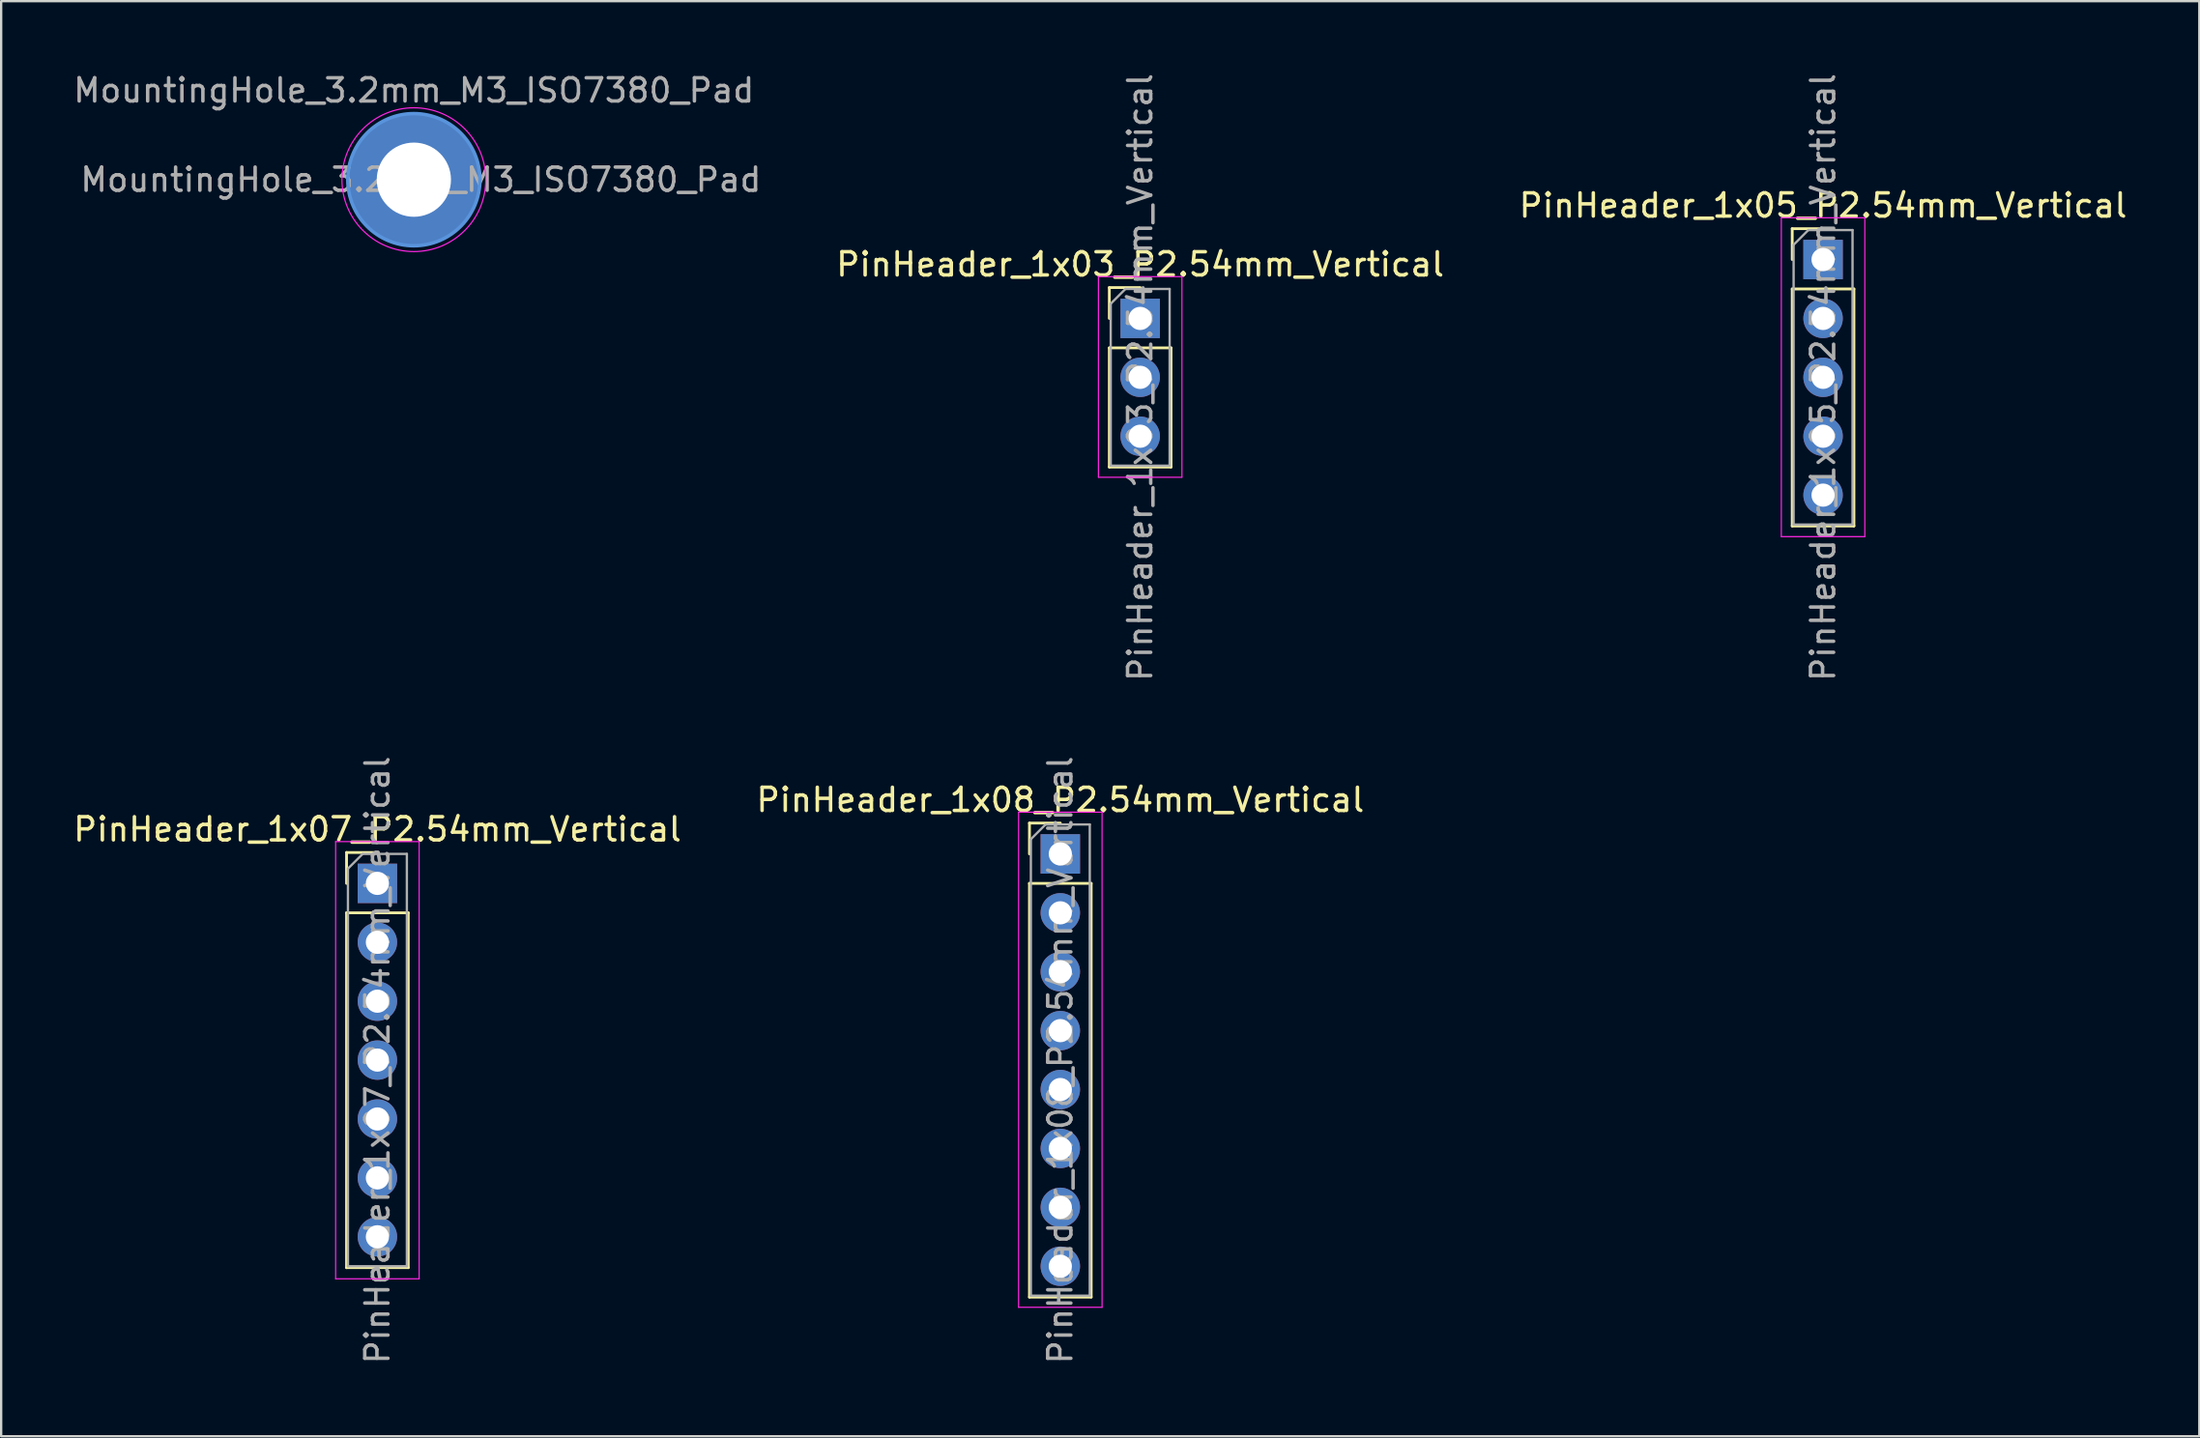
<source format=kicad_pcb>
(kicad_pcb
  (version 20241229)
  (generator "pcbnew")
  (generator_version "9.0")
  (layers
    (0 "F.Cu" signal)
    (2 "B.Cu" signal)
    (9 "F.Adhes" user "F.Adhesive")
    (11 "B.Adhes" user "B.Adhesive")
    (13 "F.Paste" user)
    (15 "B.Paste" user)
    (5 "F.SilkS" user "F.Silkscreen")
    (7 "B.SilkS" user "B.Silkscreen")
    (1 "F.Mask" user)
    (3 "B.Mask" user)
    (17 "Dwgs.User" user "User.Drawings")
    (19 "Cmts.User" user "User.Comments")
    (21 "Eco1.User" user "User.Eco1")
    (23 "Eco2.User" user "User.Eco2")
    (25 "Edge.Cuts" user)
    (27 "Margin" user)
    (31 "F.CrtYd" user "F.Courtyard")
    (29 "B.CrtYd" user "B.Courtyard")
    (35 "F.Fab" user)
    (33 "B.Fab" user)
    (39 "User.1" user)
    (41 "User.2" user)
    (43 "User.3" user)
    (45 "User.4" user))
  (footprint "PinHeader_1x08_P2.54mm_Vertical"
    (layer "F.Cu")
    (at 42.661 33.771)
    (property "Reference" "PinHeader_1x08_P2.54mm_Vertical" (at 0 -2.33 180) (layer "F.SilkS") (effects (font (size 1 1) (thickness 0.15))))
    (attr through_hole)
    (fp_line (start -1.33 -1.33) (end 0 -1.33) (stroke (width 0.12) (type solid)) (layer "F.SilkS"))
    (fp_line (start -1.33 0) (end -1.33 -1.33) (stroke (width 0.12) (type solid)) (layer "F.SilkS"))
    (fp_line (start -1.33 1.27) (end -1.33 19.11) (stroke (width 0.12) (type solid)) (layer "F.SilkS"))
    (fp_line (start -1.33 1.27) (end 1.33 1.27) (stroke (width 0.12) (type solid)) (layer "F.SilkS"))
    (fp_line (start -1.33 19.11) (end 1.33 19.11) (stroke (width 0.12) (type solid)) (layer "F.SilkS"))
    (fp_line (start 1.33 1.27) (end 1.33 19.11) (stroke (width 0.12) (type solid)) (layer "F.SilkS"))
    (fp_line (start -1.8 -1.8) (end -1.8 19.55) (stroke (width 0.05) (type solid)) (layer "F.CrtYd"))
    (fp_line (start -1.8 19.55) (end 1.8 19.55) (stroke (width 0.05) (type solid)) (layer "F.CrtYd"))
    (fp_line (start 1.8 -1.8) (end -1.8 -1.8) (stroke (width 0.05) (type solid)) (layer "F.CrtYd"))
    (fp_line (start 1.8 19.55) (end 1.8 -1.8) (stroke (width 0.05) (type solid)) (layer "F.CrtYd"))
    (fp_line (start -1.27 -0.635) (end -0.635 -1.27) (stroke (width 0.1) (type solid)) (layer "F.Fab"))
    (fp_line (start -1.27 19.05) (end -1.27 -0.635) (stroke (width 0.1) (type solid)) (layer "F.Fab"))
    (fp_line (start -0.635 -1.27) (end 1.27 -1.27) (stroke (width 0.1) (type solid)) (layer "F.Fab"))
    (fp_line (start 1.27 -1.27) (end 1.27 19.05) (stroke (width 0.1) (type solid)) (layer "F.Fab"))
    (fp_line (start 1.27 19.05) (end -1.27 19.05) (stroke (width 0.1) (type solid)) (layer "F.Fab"))
    (fp_text user "${REFERENCE}" (at 0 8.89 270) (layer "F.Fab") (effects (font (size 1 1) (thickness 0.15))))
    (pad "1" thru_hole rect (at 0 0) (size 1.7 1.7) (drill 1) (layers "*.Cu" "*.Mask"))
    (pad "2" thru_hole oval (at 0 2.54) (size 1.7 1.7) (drill 1) (layers "*.Cu" "*.Mask"))
    (pad "3" thru_hole oval (at 0 5.08) (size 1.7 1.7) (drill 1) (layers "*.Cu" "*.Mask"))
    (pad "4" thru_hole oval (at 0 7.62) (size 1.7 1.7) (drill 1) (layers "*.Cu" "*.Mask"))
    (pad "5" thru_hole oval (at 0 10.16) (size 1.7 1.7) (drill 1) (layers "*.Cu" "*.Mask"))
    (pad "6" thru_hole oval (at 0 12.7) (size 1.7 1.7) (drill 1) (layers "*.Cu" "*.Mask"))
    (pad "7" thru_hole oval (at 0 15.24) (size 1.7 1.7) (drill 1) (layers "*.Cu" "*.Mask"))
    (pad "8" thru_hole oval (at 0 17.78) (size 1.7 1.7) (drill 1) (layers "*.Cu" "*.Mask")))
  (footprint "PinHeader_1x05_P2.54mm_Vertical"
    (layer "F.Cu")
    (at 75.544 8.14)
    (property "Reference" "PinHeader_1x05_P2.54mm_Vertical" (at 0 -2.33 0) (layer "F.SilkS") (effects (font (size 1 1) (thickness 0.15))))
    (attr through_hole)
    (fp_line (start -1.33 -1.33) (end 0 -1.33) (stroke (width 0.12) (type solid)) (layer "F.SilkS"))
    (fp_line (start -1.33 0) (end -1.33 -1.33) (stroke (width 0.12) (type solid)) (layer "F.SilkS"))
    (fp_line (start -1.33 1.27) (end -1.33 11.49) (stroke (width 0.12) (type solid)) (layer "F.SilkS"))
    (fp_line (start -1.33 1.27) (end 1.33 1.27) (stroke (width 0.12) (type solid)) (layer "F.SilkS"))
    (fp_line (start -1.33 11.49) (end 1.33 11.49) (stroke (width 0.12) (type solid)) (layer "F.SilkS"))
    (fp_line (start 1.33 1.27) (end 1.33 11.49) (stroke (width 0.12) (type solid)) (layer "F.SilkS"))
    (fp_line (start -1.8 -1.8) (end -1.8 11.95) (stroke (width 0.05) (type solid)) (layer "F.CrtYd"))
    (fp_line (start -1.8 11.95) (end 1.8 11.95) (stroke (width 0.05) (type solid)) (layer "F.CrtYd"))
    (fp_line (start 1.8 -1.8) (end -1.8 -1.8) (stroke (width 0.05) (type solid)) (layer "F.CrtYd"))
    (fp_line (start 1.8 11.95) (end 1.8 -1.8) (stroke (width 0.05) (type solid)) (layer "F.CrtYd"))
    (fp_line (start -1.27 -0.635) (end -0.635 -1.27) (stroke (width 0.1) (type solid)) (layer "F.Fab"))
    (fp_line (start -1.27 11.43) (end -1.27 -0.635) (stroke (width 0.1) (type solid)) (layer "F.Fab"))
    (fp_line (start -0.635 -1.27) (end 1.27 -1.27) (stroke (width 0.1) (type solid)) (layer "F.Fab"))
    (fp_line (start 1.27 -1.27) (end 1.27 11.43) (stroke (width 0.1) (type solid)) (layer "F.Fab"))
    (fp_line (start 1.27 11.43) (end -1.27 11.43) (stroke (width 0.1) (type solid)) (layer "F.Fab"))
    (fp_text user "${REFERENCE}" (at 0 5.08 270) (layer "F.Fab") (effects (font (size 1 1) (thickness 0.15))))
    (pad "1" thru_hole rect (at 0 0) (size 1.7 1.7) (drill 1) (layers "*.Cu" "*.Mask"))
    (pad "2" thru_hole oval (at 0 2.54) (size 1.7 1.7) (drill 1) (layers "*.Cu" "*.Mask"))
    (pad "3" thru_hole oval (at 0 5.08) (size 1.7 1.7) (drill 1) (layers "*.Cu" "*.Mask"))
    (pad "4" thru_hole oval (at 0 7.62) (size 1.7 1.7) (drill 1) (layers "*.Cu" "*.Mask"))
    (pad "5" thru_hole oval (at 0 10.16) (size 1.7 1.7) (drill 1) (layers "*.Cu" "*.Mask")))
  (footprint "MountingHole_3.2mm_M3_ISO7380_Pad"
    (layer "F.Cu")
    (at 14.792 4.698)
    (property "Reference" "MountingHole_3.2mm_M3_ISO7380_Pad" (at 0 -3.85 0) (layer "F.Fab") (effects (font (size 1 1) (thickness 0.15))))
    (attr exclude_from_pos_files exclude_from_bom)
    (fp_circle (center 0 0) (end 2.85 0) (stroke (width 0.15) (type solid)) (fill no) (layer "Cmts.User"))
    (fp_circle (center 0 0) (end 3.1 0) (stroke (width 0.05) (type solid)) (fill no) (layer "F.CrtYd"))
    (fp_text user "${REFERENCE}" (at 0.3 0 0) (layer "F.Fab") (effects (font (size 1 1) (thickness 0.15))))
    (pad "1" thru_hole circle (at 0 0) (size 5.7 5.7) (drill 3.2) (layers "*.Cu" "*.Mask")))
  (footprint "PinHeader_1x07_P2.54mm_Vertical"
    (layer "F.Cu")
    (at 13.22 35.041)
    (property "Reference" "PinHeader_1x07_P2.54mm_Vertical" (at 0 -2.33 180) (layer "F.SilkS") (effects (font (size 1 1) (thickness 0.15))))
    (attr through_hole)
    (fp_line (start -1.33 -1.33) (end 0 -1.33) (stroke (width 0.12) (type solid)) (layer "F.SilkS"))
    (fp_line (start -1.33 0) (end -1.33 -1.33) (stroke (width 0.12) (type solid)) (layer "F.SilkS"))
    (fp_line (start -1.33 1.27) (end -1.33 16.57) (stroke (width 0.12) (type solid)) (layer "F.SilkS"))
    (fp_line (start -1.33 1.27) (end 1.33 1.27) (stroke (width 0.12) (type solid)) (layer "F.SilkS"))
    (fp_line (start -1.33 16.57) (end 1.33 16.57) (stroke (width 0.12) (type solid)) (layer "F.SilkS"))
    (fp_line (start 1.33 1.27) (end 1.33 16.57) (stroke (width 0.12) (type solid)) (layer "F.SilkS"))
    (fp_line (start -1.8 -1.8) (end -1.8 17.05) (stroke (width 0.05) (type solid)) (layer "F.CrtYd"))
    (fp_line (start -1.8 17.05) (end 1.8 17.05) (stroke (width 0.05) (type solid)) (layer "F.CrtYd"))
    (fp_line (start 1.8 -1.8) (end -1.8 -1.8) (stroke (width 0.05) (type solid)) (layer "F.CrtYd"))
    (fp_line (start 1.8 17.05) (end 1.8 -1.8) (stroke (width 0.05) (type solid)) (layer "F.CrtYd"))
    (fp_line (start -1.27 -0.635) (end -0.635 -1.27) (stroke (width 0.1) (type solid)) (layer "F.Fab"))
    (fp_line (start -1.27 16.51) (end -1.27 -0.635) (stroke (width 0.1) (type solid)) (layer "F.Fab"))
    (fp_line (start -0.635 -1.27) (end 1.27 -1.27) (stroke (width 0.1) (type solid)) (layer "F.Fab"))
    (fp_line (start 1.27 -1.27) (end 1.27 16.51) (stroke (width 0.1) (type solid)) (layer "F.Fab"))
    (fp_line (start 1.27 16.51) (end -1.27 16.51) (stroke (width 0.1) (type solid)) (layer "F.Fab"))
    (fp_text user "${REFERENCE}" (at 0 7.62 90) (layer "F.Fab") (effects (font (size 1 1) (thickness 0.15))))
    (pad "1" thru_hole rect (at 0 0) (size 1.7 1.7) (drill 1) (layers "*.Cu" "*.Mask"))
    (pad "2" thru_hole oval (at 0 2.54) (size 1.7 1.7) (drill 1) (layers "*.Cu" "*.Mask"))
    (pad "3" thru_hole oval (at 0 5.08) (size 1.7 1.7) (drill 1) (layers "*.Cu" "*.Mask"))
    (pad "4" thru_hole oval (at 0 7.62) (size 1.7 1.7) (drill 1) (layers "*.Cu" "*.Mask"))
    (pad "5" thru_hole oval (at 0 10.16) (size 1.7 1.7) (drill 1) (layers "*.Cu" "*.Mask"))
    (pad "6" thru_hole oval (at 0 12.7) (size 1.7 1.7) (drill 1) (layers "*.Cu" "*.Mask"))
    (pad "7" thru_hole oval (at 0 15.24) (size 1.7 1.7) (drill 1) (layers "*.Cu" "*.Mask")))
  (footprint "PinHeader_1x03_P2.54mm_Vertical"
    (layer "F.Cu")
    (at 46.104 10.68)
    (property "Reference" "PinHeader_1x03_P2.54mm_Vertical" (at 0 -2.33 180) (layer "F.SilkS") (effects (font (size 1 1) (thickness 0.15))))
    (attr through_hole)
    (fp_line (start -1.33 -1.33) (end 0 -1.33) (stroke (width 0.12) (type solid)) (layer "F.SilkS"))
    (fp_line (start -1.33 0) (end -1.33 -1.33) (stroke (width 0.12) (type solid)) (layer "F.SilkS"))
    (fp_line (start -1.33 1.27) (end -1.33 6.41) (stroke (width 0.12) (type solid)) (layer "F.SilkS"))
    (fp_line (start -1.33 1.27) (end 1.33 1.27) (stroke (width 0.12) (type solid)) (layer "F.SilkS"))
    (fp_line (start -1.33 6.41) (end 1.33 6.41) (stroke (width 0.12) (type solid)) (layer "F.SilkS"))
    (fp_line (start 1.33 1.27) (end 1.33 6.41) (stroke (width 0.12) (type solid)) (layer "F.SilkS"))
    (fp_line (start -1.8 -1.8) (end -1.8 6.85) (stroke (width 0.05) (type solid)) (layer "F.CrtYd"))
    (fp_line (start -1.8 6.85) (end 1.8 6.85) (stroke (width 0.05) (type solid)) (layer "F.CrtYd"))
    (fp_line (start 1.8 -1.8) (end -1.8 -1.8) (stroke (width 0.05) (type solid)) (layer "F.CrtYd"))
    (fp_line (start 1.8 6.85) (end 1.8 -1.8) (stroke (width 0.05) (type solid)) (layer "F.CrtYd"))
    (fp_line (start -1.27 -0.635) (end -0.635 -1.27) (stroke (width 0.1) (type solid)) (layer "F.Fab"))
    (fp_line (start -1.27 6.35) (end -1.27 -0.635) (stroke (width 0.1) (type solid)) (layer "F.Fab"))
    (fp_line (start -0.635 -1.27) (end 1.27 -1.27) (stroke (width 0.1) (type solid)) (layer "F.Fab"))
    (fp_line (start 1.27 -1.27) (end 1.27 6.35) (stroke (width 0.1) (type solid)) (layer "F.Fab"))
    (fp_line (start 1.27 6.35) (end -1.27 6.35) (stroke (width 0.1) (type solid)) (layer "F.Fab"))
    (fp_text user "${REFERENCE}" (at 0 2.54 270) (layer "F.Fab") (effects (font (size 1 1) (thickness 0.15))))
    (pad "1" thru_hole rect (at 0 0) (size 1.7 1.7) (drill 1) (layers "*.Cu" "*.Mask"))
    (pad "2" thru_hole oval (at 0 2.54) (size 1.7 1.7) (drill 1) (layers "*.Cu" "*.Mask"))
    (pad "3" thru_hole oval (at 0 5.08) (size 1.7 1.7) (drill 1) (layers "*.Cu" "*.Mask")))
  (gr_rect
    (start -3 -3)
    (end 91.764 58.881)
    (stroke (width 0.1) (type default))
    (fill no)
    (layer "Edge.Cuts")))
</source>
